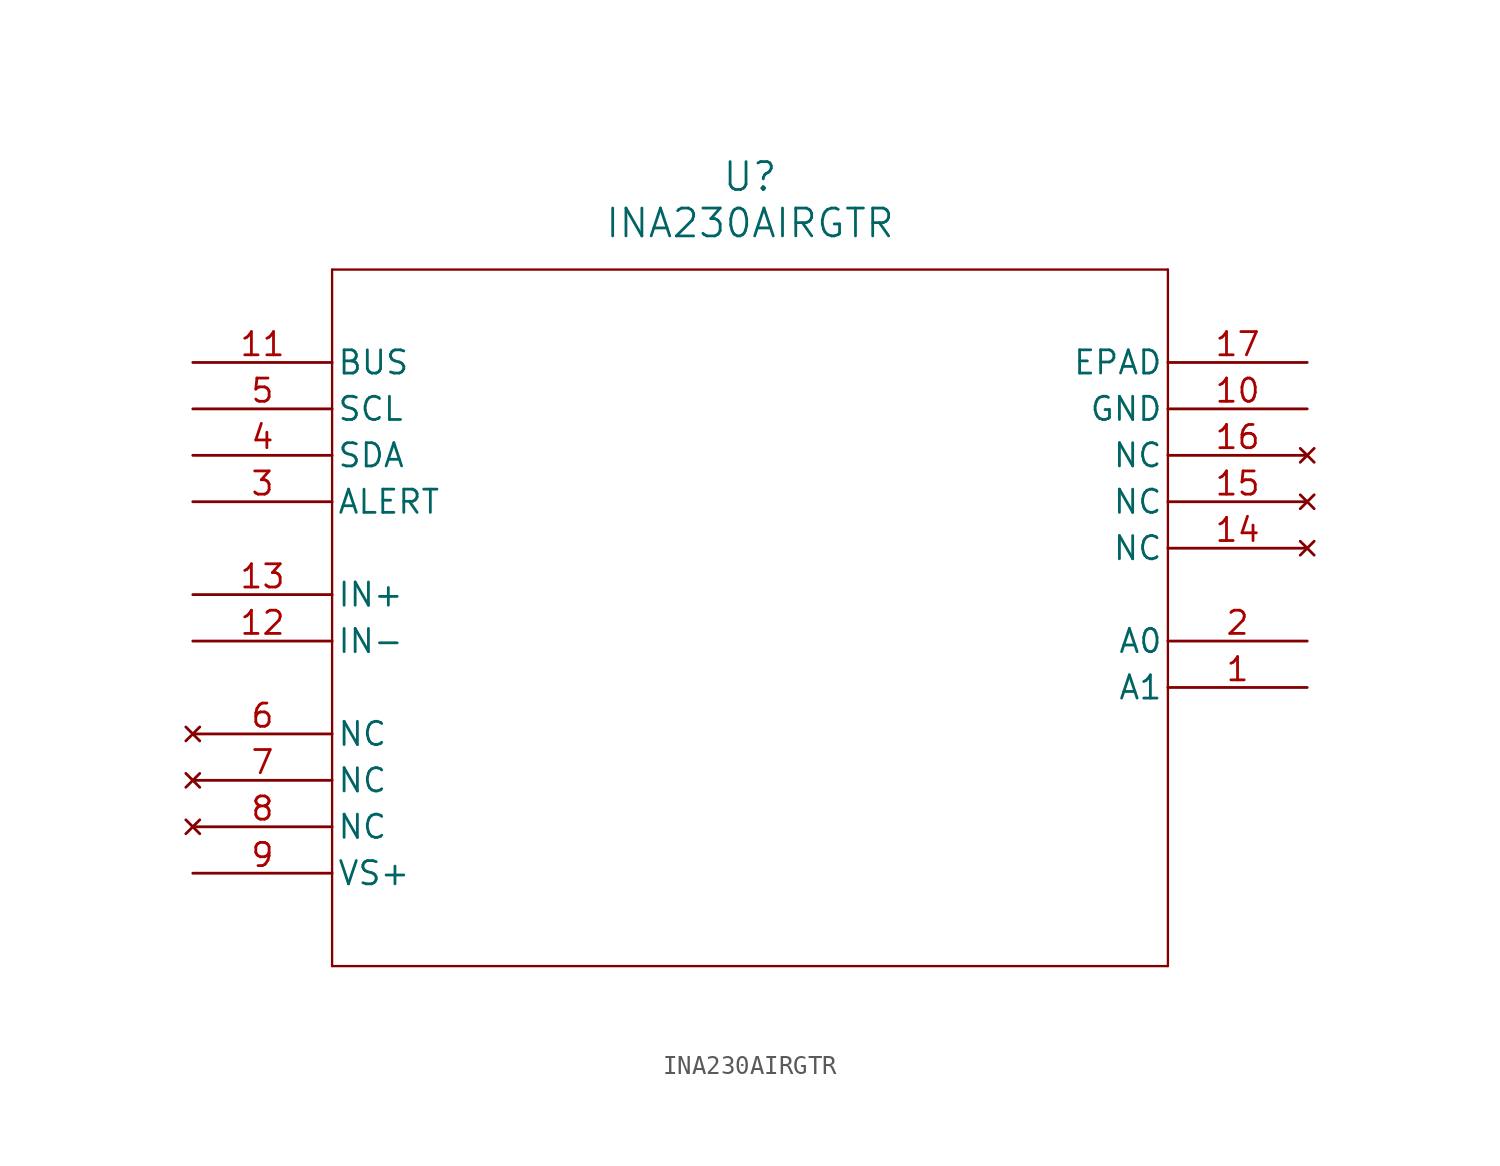
<source format=kicad_sym>
(kicad_symbol_lib
  (version 20211014)
  (generator kicad_symbol_editor)
  (symbol "INA230AIRGTR"
    (pin_names
      (offset 0.254))
    (property "Reference" "U"
      (at 30.48 10.16 0)
      (effects (font (size 1.524 1.524))))
    (property "Value" "INA230AIRGTR"
      (at 30.48 7.62 0)
      (effects (font (size 1.524 1.524))))
    (symbol "INA230AIRGTR_0_1"
      (polyline (pts (xy 7.62 5.08) (xy 7.62 -33.02)) (stroke (width 0.127) (type default) (color 0 0 0 0)) (fill (type none)))
      (polyline (pts (xy 7.62 -33.02) (xy 53.34 -33.02)) (stroke (width 0.127) (type default) (color 0 0 0 0)) (fill (type none)))
      (polyline (pts (xy 53.34 -33.02) (xy 53.34 5.08)) (stroke (width 0.127) (type default) (color 0 0 0 0)) (fill (type none)))
      (polyline (pts (xy 53.34 5.08) (xy 7.62 5.08)) (stroke (width 0.127) (type default) (color 0 0 0 0)) (fill (type none)))
      (pin input line (at 60.96 -17.78 180) (length 7.62) (name "A1" (effects (font (size 1.27 1.27)))) (number "1" (effects (font (size 1.27 1.27)))))
      (pin input line (at 60.96 -15.24 180) (length 7.62) (name "A0" (effects (font (size 1.27 1.27)))) (number "2" (effects (font (size 1.27 1.27)))))
      (pin output line (at 0 -7.62 0) (length 7.62) (name "ALERT" (effects (font (size 1.27 1.27)))) (number "3" (effects (font (size 1.27 1.27)))))
      (pin unspecified line (at 0 -5.08 0) (length 7.62) (name "SDA" (effects (font (size 1.27 1.27)))) (number "4" (effects (font (size 1.27 1.27)))))
      (pin input line (at 0 -2.54 0) (length 7.62) (name "SCL" (effects (font (size 1.27 1.27)))) (number "5" (effects (font (size 1.27 1.27)))))
      (pin no_connect line (at 0 -20.32 0) (length 7.62) (name "NC" (effects (font (size 1.27 1.27)))) (number "6" (effects (font (size 1.27 1.27)))))
      (pin no_connect line (at 0 -22.86 0) (length 7.62) (name "NC" (effects (font (size 1.27 1.27)))) (number "7" (effects (font (size 1.27 1.27)))))
      (pin no_connect line (at 0 -25.4 0) (length 7.62) (name "NC" (effects (font (size 1.27 1.27)))) (number "8" (effects (font (size 1.27 1.27)))))
      (pin power_in line (at 0 -27.94 0) (length 7.62) (name "VS+" (effects (font (size 1.27 1.27)))) (number "9" (effects (font (size 1.27 1.27)))))
      (pin power_in line (at 60.96 -2.54 180) (length 7.62) (name "GND" (effects (font (size 1.27 1.27)))) (number "10" (effects (font (size 1.27 1.27)))))
      (pin input line (at 0 0 0) (length 7.62) (name "BUS" (effects (font (size 1.27 1.27)))) (number "11" (effects (font (size 1.27 1.27)))))
      (pin input line (at 0 -15.24 0) (length 7.62) (name "IN-" (effects (font (size 1.27 1.27)))) (number "12" (effects (font (size 1.27 1.27)))))
      (pin input line (at 0 -12.7 0) (length 7.62) (name "IN+" (effects (font (size 1.27 1.27)))) (number "13" (effects (font (size 1.27 1.27)))))
      (pin no_connect line (at 60.96 -10.16 180) (length 7.62) (name "NC" (effects (font (size 1.27 1.27)))) (number "14" (effects (font (size 1.27 1.27)))))
      (pin no_connect line (at 60.96 -7.62 180) (length 7.62) (name "NC" (effects (font (size 1.27 1.27)))) (number "15" (effects (font (size 1.27 1.27)))))
      (pin no_connect line (at 60.96 -5.08 180) (length 7.62) (name "NC" (effects (font (size 1.27 1.27)))) (number "16" (effects (font (size 1.27 1.27)))))
      (pin unspecified line (at 60.96 0 180) (length 7.62) (name "EPAD" (effects (font (size 1.27 1.27)))) (number "17" (effects (font (size 1.27 1.27))))))))
</source>
